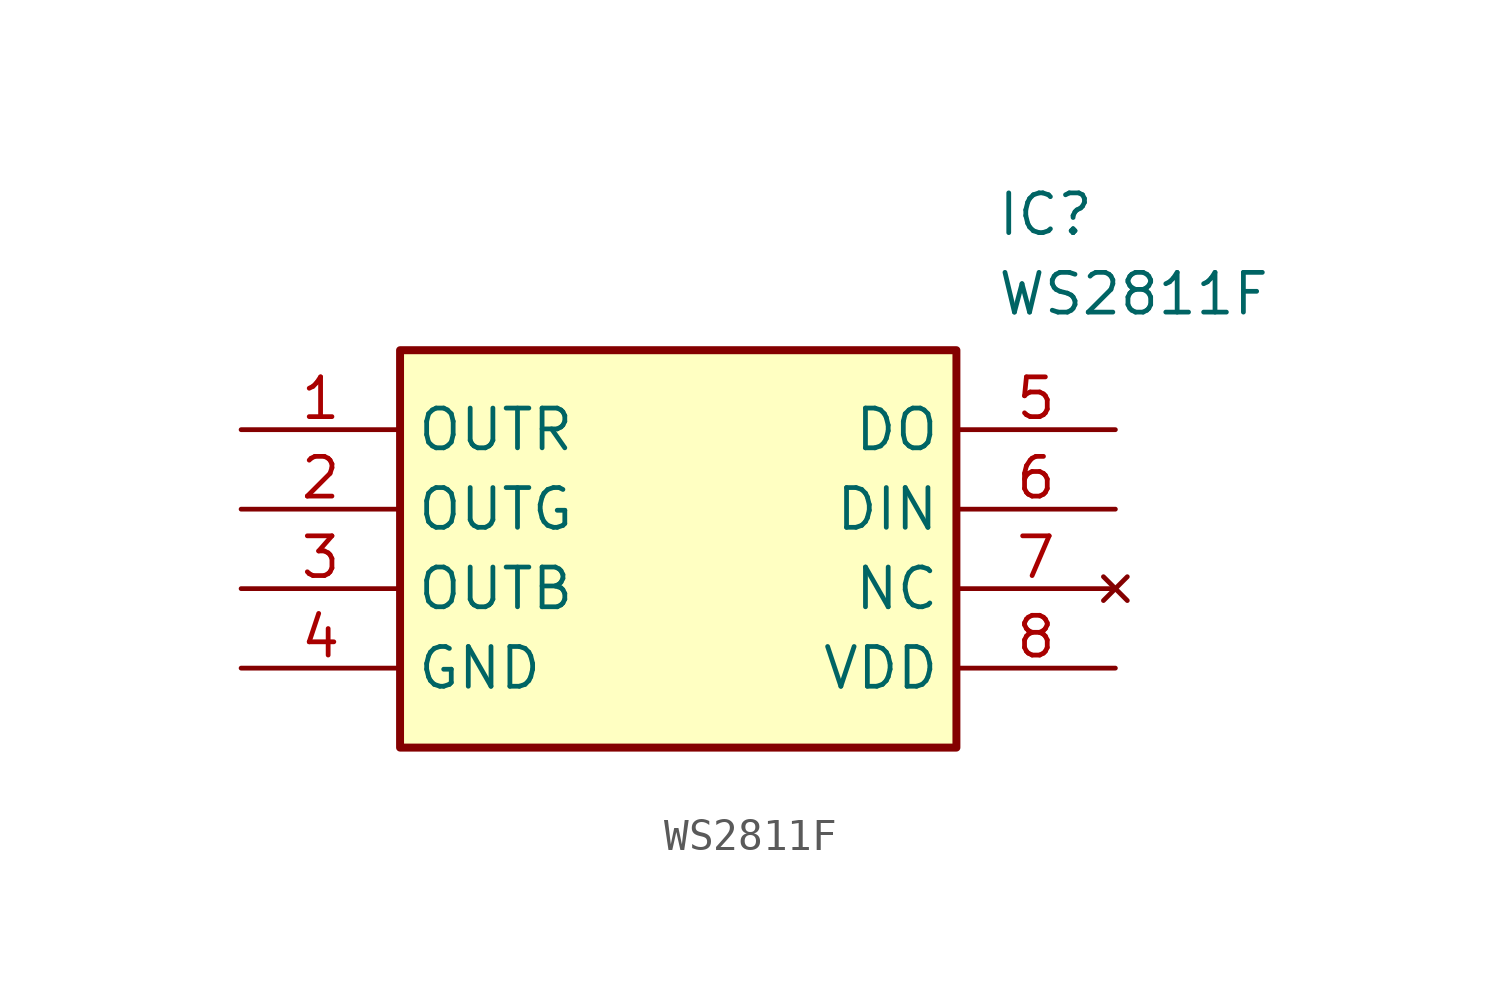
<source format=kicad_sym>
(kicad_symbol_lib
  (version 20211014)
  (generator SamacSys_ECAD_Model)
  (symbol "WS2811F"
    (property "Reference" "IC"
      (at 24.13 7.62 0)
      (effects (font (size 1.27 1.27)) (justify left top)))
    (property "Value" "WS2811F"
      (at 24.13 5.08 0)
      (effects (font (size 1.27 1.27)) (justify left top)))
    (rectangle
      (start 5.08 2.54)
      (end 22.86 -10.16)
      (stroke (width 0.254) (type default))
      (fill (type background)))
    (pin passive line
      (at 0 0 0)
      (length 5.08)
      (name "OUTR" (effects (font (size 1.27 1.27))))
      (number "1" (effects (font (size 1.27 1.27)))))
    (pin passive line
      (at 0 -2.54 0)
      (length 5.08)
      (name "OUTG" (effects (font (size 1.27 1.27))))
      (number "2" (effects (font (size 1.27 1.27)))))
    (pin passive line
      (at 0 -5.08 0)
      (length 5.08)
      (name "OUTB" (effects (font (size 1.27 1.27))))
      (number "3" (effects (font (size 1.27 1.27)))))
    (pin passive line
      (at 0 -7.62 0)
      (length 5.08)
      (name "GND" (effects (font (size 1.27 1.27))))
      (number "4" (effects (font (size 1.27 1.27)))))
    (pin passive line
      (at 27.94 0 180)
      (length 5.08)
      (name "DO" (effects (font (size 1.27 1.27))))
      (number "5" (effects (font (size 1.27 1.27)))))
    (pin passive line
      (at 27.94 -2.54 180)
      (length 5.08)
      (name "DIN" (effects (font (size 1.27 1.27))))
      (number "6" (effects (font (size 1.27 1.27)))))
    (pin no_connect line
      (at 27.94 -5.08 180)
      (length 5.08)
      (name "NC" (effects (font (size 1.27 1.27))))
      (number "7" (effects (font (size 1.27 1.27)))))
    (pin passive line
      (at 27.94 -7.62 180)
      (length 5.08)
      (name "VDD" (effects (font (size 1.27 1.27))))
      (number "8" (effects (font (size 1.27 1.27)))))))
</source>
